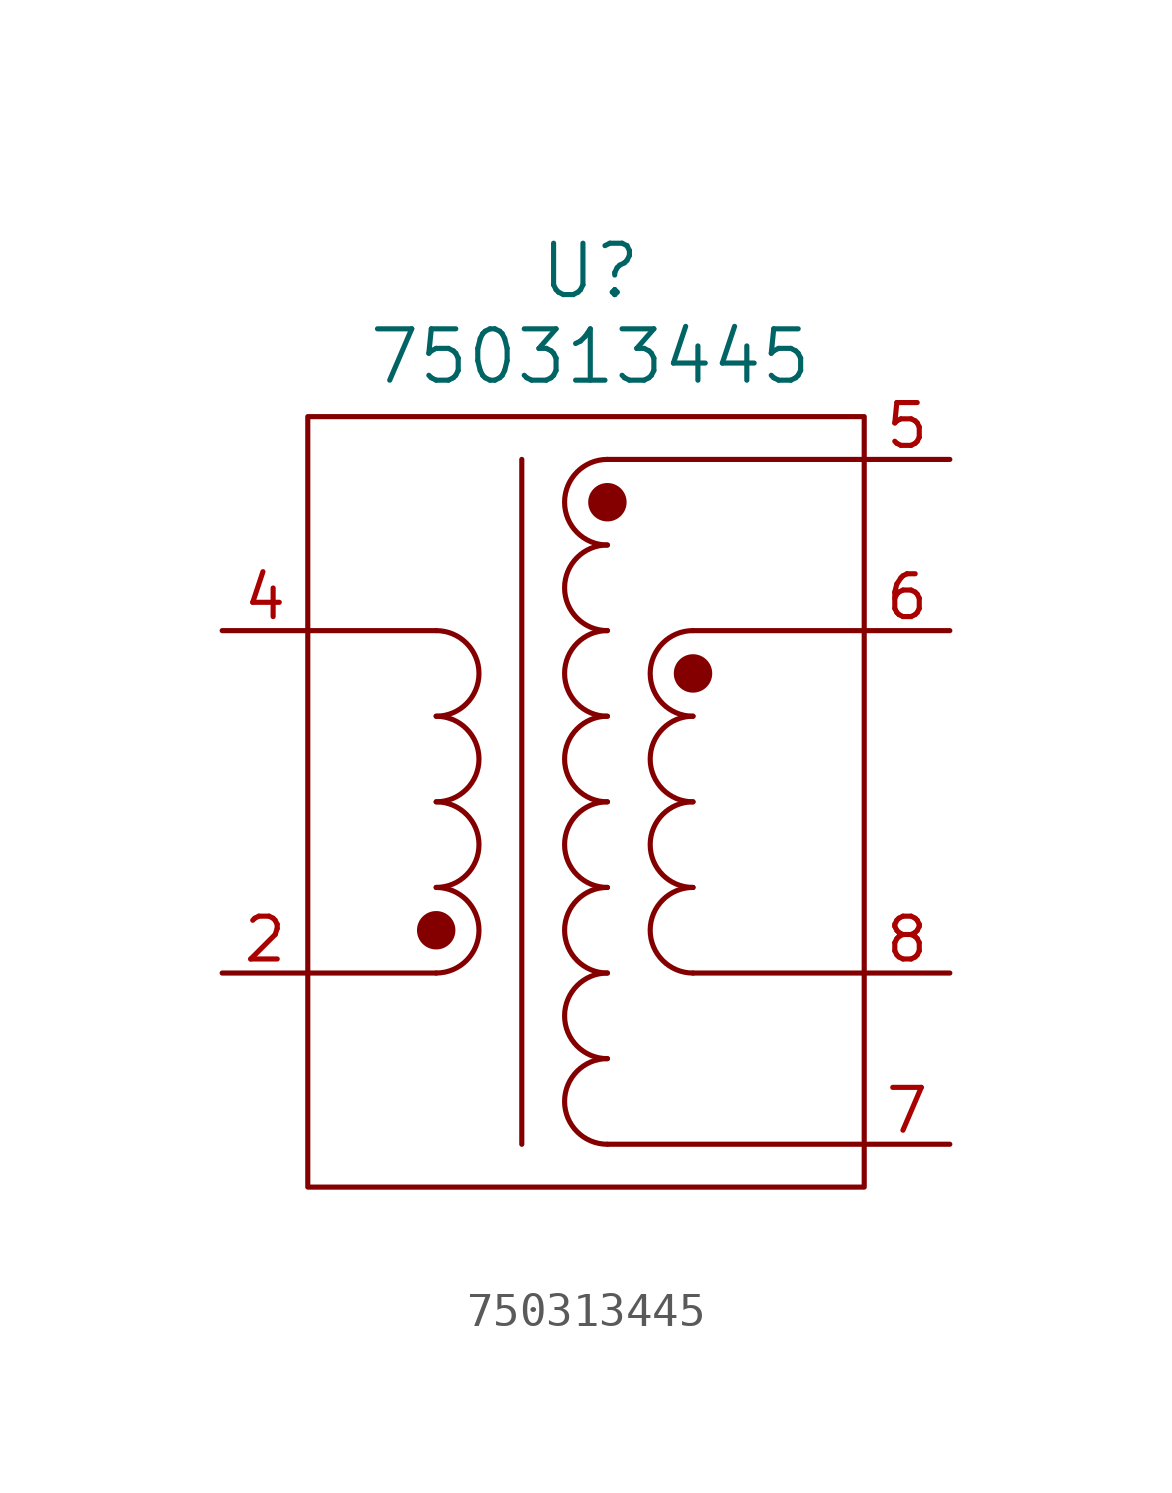
<source format=kicad_sym>
(kicad_symbol_lib
  (version 20231120)
  (generator "kicad_symbol_editor")
  (generator_version "8.0")
  (symbol "750313445"
    (pin_names
      (offset 0.254))
    (property "Reference" "U"
      (at 10.922 10.668 0)
      (effects (font (size 1.524 1.524))))
    (property "Value" "750313445"
      (at 10.922 8.128 0)
      (effects (font (size 1.524 1.524))))
    (property "ki_locked" ""
      (at 0 0 0)
      (effects (font (size 1.27 1.27))))
    (symbol "750313445_0_1"
      (polyline (pts (xy 8.89 5.08) (xy 8.89 -15.24)) (stroke (width 0) (type default)) (fill (type none)))
      (arc (start 6.35 -10.16) (mid 7.62 -8.89) (end 6.35 -7.62) (stroke (width 0) (type default)) (fill (type none)))
      (arc (start 6.35 -7.62) (mid 7.62 -6.35) (end 6.35 -5.08) (stroke (width 0) (type default)) (fill (type none)))
      (arc (start 6.35 -5.08) (mid 7.62 -3.81) (end 6.35 -2.54) (stroke (width 0) (type default)) (fill (type none)))
      (arc (start 6.35 -2.54) (mid 7.62 -1.27) (end 6.35 0) (stroke (width 0) (type default)) (fill (type none)))
      (arc (start 11.43 -12.7) (mid 10.16 -13.97) (end 11.43 -15.24) (stroke (width 0) (type default)) (fill (type none)))
      (arc (start 11.43 -10.16) (mid 10.16 -11.43) (end 11.43 -12.7) (stroke (width 0) (type default)) (fill (type none)))
      (arc (start 11.43 -7.62) (mid 10.16 -8.89) (end 11.43 -10.16) (stroke (width 0) (type default)) (fill (type none)))
      (arc (start 11.43 -5.08) (mid 10.16 -6.35) (end 11.43 -7.62) (stroke (width 0) (type default)) (fill (type none)))
      (arc (start 11.43 -2.54) (mid 10.16 -3.81) (end 11.43 -5.08) (stroke (width 0) (type default)) (fill (type none)))
      (arc (start 11.43 0) (mid 10.16 -1.27) (end 11.43 -2.54) (stroke (width 0) (type default)) (fill (type none)))
      (arc (start 11.43 2.54) (mid 10.16 1.27) (end 11.43 0) (stroke (width 0) (type default)) (fill (type none)))
      (arc (start 11.43 5.08) (mid 10.16 3.81) (end 11.43 2.54) (stroke (width 0) (type default)) (fill (type none)))
      (arc (start 13.97 -7.62) (mid 12.7 -8.89) (end 13.97 -10.16) (stroke (width 0) (type default)) (fill (type none)))
      (arc (start 13.97 -5.08) (mid 12.7 -6.35) (end 13.97 -7.62) (stroke (width 0) (type default)) (fill (type none)))
      (arc (start 13.97 -2.54) (mid 12.7 -3.81) (end 13.97 -5.08) (stroke (width 0) (type default)) (fill (type none)))
      (arc (start 13.97 0) (mid 12.7 -1.27) (end 13.97 -2.54) (stroke (width 0) (type default)) (fill (type none))))
    (symbol "750313445_1_1"
      (polyline (pts (xy 6.35 -10.16) (xy 2.54 -10.16)) (stroke (width 0) (type default)) (fill (type none)))
      (polyline (pts (xy 6.35 0) (xy 2.54 0)) (stroke (width 0) (type default)) (fill (type none)))
      (polyline (pts (xy 11.43 -15.24) (xy 19.05 -15.24)) (stroke (width 0) (type default)) (fill (type none)))
      (polyline (pts (xy 11.43 5.08) (xy 19.05 5.08)) (stroke (width 0) (type default)) (fill (type none)))
      (polyline (pts (xy 13.97 -10.16) (xy 19.05 -10.16)) (stroke (width 0) (type default)) (fill (type none)))
      (polyline (pts (xy 13.97 0) (xy 19.05 0)) (stroke (width 0) (type default)) (fill (type none)))
      (rectangle (start 2.54 6.35) (end 19.05 -16.51) (stroke (width 0) (type default)) (fill (type none)))
      (circle (center 6.35 -8.89) (radius 0.494) (stroke (width 0) (type default)) (fill (type outline)))
      (circle (center 11.43 3.81) (radius 0.494) (stroke (width 0) (type default)) (fill (type outline)))
      (circle (center 13.97 -1.27) (radius 0.494) (stroke (width 0) (type default)) (fill (type outline)))
      (pin no_connect line (at 0 3.81 0) (length 2.54) hide (name "" (effects (font (size 1.27 1.27)))) (number "1" (effects (font (size 1.27 1.27)))))
      (pin bidirectional line (at 0 -10.16 0) (length 2.54) (name "" (effects (font (size 1.27 1.27)))) (number "2" (effects (font (size 1.27 1.27)))))
      (pin no_connect line (at 0 -5.08 0) (length 2.54) hide (name "" (effects (font (size 1.27 1.27)))) (number "3" (effects (font (size 1.27 1.27)))))
      (pin bidirectional line (at 0 0 0) (length 2.54) (name "" (effects (font (size 1.27 1.27)))) (number "4" (effects (font (size 1.27 1.27)))))
      (pin passive line (at 21.59 5.08 180) (length 2.54) (name "" (effects (font (size 1.27 1.27)))) (number "5" (effects (font (size 1.27 1.27)))))
      (pin passive line (at 21.59 0 180) (length 2.54) (name "" (effects (font (size 1.27 1.27)))) (number "6" (effects (font (size 1.27 1.27)))))
      (pin passive line (at 21.59 -15.24 180) (length 2.54) (name "" (effects (font (size 1.27 1.27)))) (number "7" (effects (font (size 1.27 1.27)))))
      (pin passive line (at 21.59 -10.16 180) (length 2.54) (name "" (effects (font (size 1.27 1.27)))) (number "8" (effects (font (size 1.27 1.27))))))))
</source>
